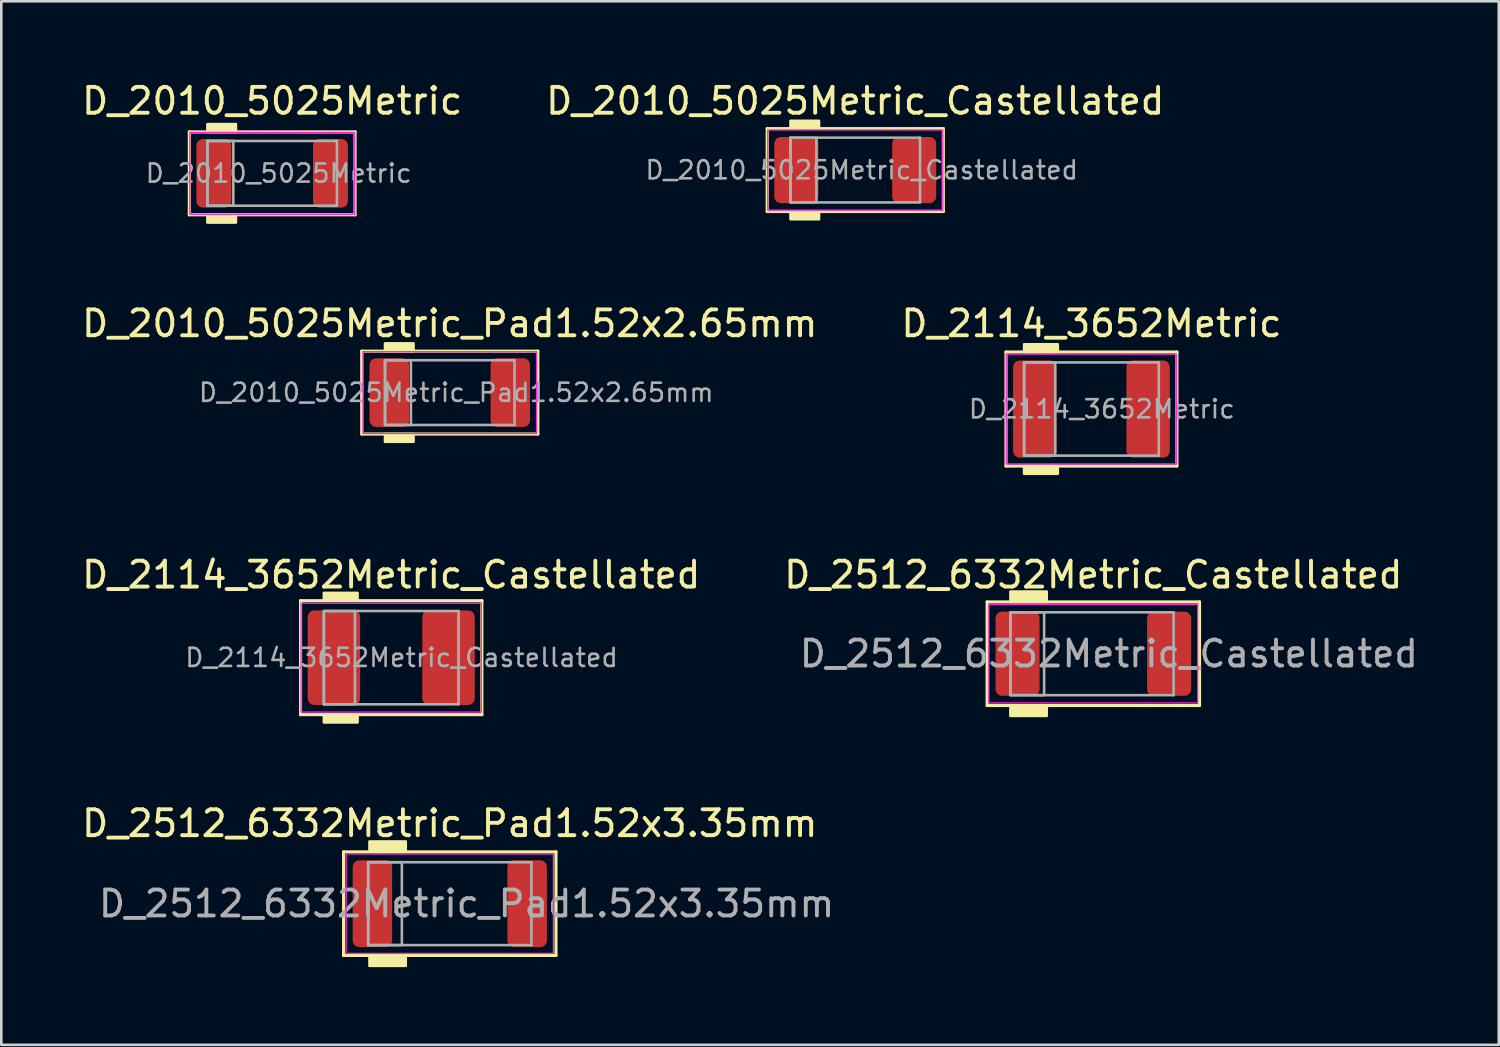
<source format=kicad_pcb>
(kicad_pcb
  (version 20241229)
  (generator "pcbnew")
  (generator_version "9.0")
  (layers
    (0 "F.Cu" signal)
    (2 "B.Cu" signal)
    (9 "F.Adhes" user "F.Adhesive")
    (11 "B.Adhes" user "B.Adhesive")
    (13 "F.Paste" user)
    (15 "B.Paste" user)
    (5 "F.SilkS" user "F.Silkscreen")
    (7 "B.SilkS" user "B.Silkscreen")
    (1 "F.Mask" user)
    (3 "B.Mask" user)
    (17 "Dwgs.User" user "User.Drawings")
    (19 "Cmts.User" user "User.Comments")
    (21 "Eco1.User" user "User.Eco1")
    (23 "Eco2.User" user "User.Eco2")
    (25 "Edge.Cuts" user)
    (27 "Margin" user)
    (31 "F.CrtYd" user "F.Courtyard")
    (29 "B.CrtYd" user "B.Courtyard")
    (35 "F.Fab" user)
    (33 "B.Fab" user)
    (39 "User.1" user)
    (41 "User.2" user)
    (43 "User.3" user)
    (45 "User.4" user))
  (footprint "D_2512_6332Metric_Pad1.52x3.35mm"
    (layer "F.Cu")
    (at 14.315 31.839)
    (property "Reference" "D_2512_6332Metric_Pad1.52x3.35mm" (at 0 -3.1 0) (layer "F.SilkS") (effects (font (size 1 1) (thickness 0.15))))
    (attr smd)
    (fp_line (start -4.1 -2) (end -4.1 2) (stroke (width 0.12) (type solid)) (layer "F.SilkS"))
    (fp_line (start -4.1 2) (end 4.1 2) (stroke (width 0.12) (type solid)) (layer "F.SilkS"))
    (fp_line (start 4.1 -2) (end -4.1 -2) (stroke (width 0.12) (type solid)) (layer "F.SilkS"))
    (fp_line (start 4.1 2) (end 4.1 -2) (stroke (width 0.12) (type solid)) (layer "F.SilkS"))
    (fp_poly (pts (xy -1.7 -2) (xy -3.1 -2) (xy -3.1 -2.4) (xy -1.7 -2.4)) (stroke (width 0.1) (type solid)) (fill yes) (layer "F.SilkS"))
    (fp_poly (pts (xy -1.7 2.4) (xy -3.1 2.4) (xy -3.1 2) (xy -1.7 2)) (stroke (width 0.1) (type solid)) (fill yes) (layer "F.SilkS"))
    (fp_line (start -4 -1.92) (end 4 -1.92) (stroke (width 0.05) (type solid)) (layer "F.CrtYd"))
    (fp_line (start -4 1.92) (end -4 -1.92) (stroke (width 0.05) (type solid)) (layer "F.CrtYd"))
    (fp_line (start 4 -1.92) (end 4 1.92) (stroke (width 0.05) (type solid)) (layer "F.CrtYd"))
    (fp_line (start 4 1.92) (end -4 1.92) (stroke (width 0.05) (type solid)) (layer "F.CrtYd"))
    (fp_line (start -3.15 -1.6) (end -3.15 1.6) (stroke (width 0.1) (type solid)) (layer "F.Fab"))
    (fp_line (start -3.15 1.6) (end 3.15 1.6) (stroke (width 0.1) (type solid)) (layer "F.Fab"))
    (fp_line (start 3.15 -1.6) (end -3.15 -1.6) (stroke (width 0.1) (type solid)) (layer "F.Fab"))
    (fp_line (start 3.15 1.6) (end 3.15 -1.6) (stroke (width 0.1) (type solid)) (layer "F.Fab"))
    (fp_rect (start -3.15 -1.6) (end -1.85 1.6) (stroke (width 0.1) (type solid)) (fill no) (layer "F.Fab"))
    (fp_text user "${REFERENCE}" (at 0.65 0 0) (layer "F.Fab") (effects (font (size 1 1) (thickness 0.15))))
    (pad "1" smd roundrect (at -2.987 0) (size 1.525 3.35) (layers "F.Cu" "F.Mask" "F.Paste") (roundrect_rratio 0.164))
    (pad "2" smd roundrect (at 2.987 0) (size 1.525 3.35) (layers "F.Cu" "F.Mask" "F.Paste") (roundrect_rratio 0.164)))
  (footprint "D_2010_5025Metric_Pad1.52x2.65mm"
    (layer "F.Cu")
    (at 14.315 12.107)
    (property "Reference" "D_2010_5025Metric_Pad1.52x2.65mm" (at 0 -2.667 0) (layer "F.SilkS") (effects (font (size 1 1) (thickness 0.15))))
    (attr smd)
    (fp_line (start -3.4 -1.6) (end -3.4 1.6) (stroke (width 0.12) (type solid)) (layer "F.SilkS"))
    (fp_line (start -3.4 1.6) (end 3.4 1.6) (stroke (width 0.12) (type solid)) (layer "F.SilkS"))
    (fp_line (start 3.4 -1.6) (end -3.4 -1.6) (stroke (width 0.12) (type solid)) (layer "F.SilkS"))
    (fp_line (start 3.4 1.6) (end 3.4 -1.6) (stroke (width 0.12) (type solid)) (layer "F.SilkS"))
    (fp_poly (pts (xy -1.4 -1.6) (xy -2.5 -1.6) (xy -2.5 -1.9) (xy -1.4 -1.9)) (stroke (width 0.1) (type solid)) (fill yes) (layer "F.SilkS"))
    (fp_poly (pts (xy -1.4 1.9) (xy -2.5 1.9) (xy -2.5 1.6) (xy -1.4 1.6)) (stroke (width 0.1) (type solid)) (fill yes) (layer "F.SilkS"))
    (fp_line (start -3.35 -1.58) (end 3.35 -1.58) (stroke (width 0.05) (type solid)) (layer "F.CrtYd"))
    (fp_line (start -3.35 1.58) (end -3.35 -1.58) (stroke (width 0.05) (type solid)) (layer "F.CrtYd"))
    (fp_line (start 3.35 -1.58) (end 3.35 1.58) (stroke (width 0.05) (type solid)) (layer "F.CrtYd"))
    (fp_line (start 3.35 1.58) (end -3.35 1.58) (stroke (width 0.05) (type solid)) (layer "F.CrtYd"))
    (fp_line (start -2.5 -1.25) (end -2.5 1.25) (stroke (width 0.1) (type solid)) (layer "F.Fab"))
    (fp_line (start -2.5 1.25) (end 2.5 1.25) (stroke (width 0.1) (type solid)) (layer "F.Fab"))
    (fp_line (start 2.5 -1.25) (end -2.5 -1.25) (stroke (width 0.1) (type solid)) (layer "F.Fab"))
    (fp_line (start 2.5 1.25) (end 2.5 -1.25) (stroke (width 0.1) (type solid)) (layer "F.Fab"))
    (fp_rect (start -2.5 -1.25) (end -1.5 1.25) (stroke (width 0.1) (type solid)) (fill no) (layer "F.Fab"))
    (fp_text user "${REFERENCE}" (at 0.25 0 0) (layer "F.Fab") (effects (font (size 0.7 0.7) (thickness 0.1))))
    (pad "1" smd roundrect (at -2.337 0) (size 1.525 2.65) (layers "F.Cu" "F.Mask" "F.Paste") (roundrect_rratio 0.164))
    (pad "2" smd roundrect (at 2.337 0) (size 1.525 2.65) (layers "F.Cu" "F.Mask" "F.Paste") (roundrect_rratio 0.164)))
  (footprint "D_2010_5025Metric"
    (layer "F.Cu")
    (at 7.458 3.642)
    (property "Reference" "D_2010_5025Metric" (at 0 -2.794 0) (layer "F.SilkS") (effects (font (size 1 1) (thickness 0.15))))
    (attr smd)
    (fp_line (start -3.2 -1.6) (end -3.2 1.6) (stroke (width 0.12) (type solid)) (layer "F.SilkS"))
    (fp_line (start -3.2 1.6) (end 3.2 1.6) (stroke (width 0.12) (type solid)) (layer "F.SilkS"))
    (fp_line (start 3.2 -1.6) (end -3.2 -1.6) (stroke (width 0.12) (type solid)) (layer "F.SilkS"))
    (fp_line (start 3.2 1.6) (end 3.2 -1.6) (stroke (width 0.12) (type solid)) (layer "F.SilkS"))
    (fp_poly (pts (xy -1.4 -1.6) (xy -2.5 -1.6) (xy -2.5 -1.9) (xy -1.4 -1.9)) (stroke (width 0.1) (type solid)) (fill yes) (layer "F.SilkS"))
    (fp_poly (pts (xy -1.4 1.9) (xy -2.5 1.9) (xy -2.5 1.6) (xy -1.4 1.6)) (stroke (width 0.1) (type solid)) (fill yes) (layer "F.SilkS"))
    (fp_line (start -3.18 -1.58) (end 3.18 -1.58) (stroke (width 0.05) (type solid)) (layer "F.CrtYd"))
    (fp_line (start -3.18 1.58) (end -3.18 -1.58) (stroke (width 0.05) (type solid)) (layer "F.CrtYd"))
    (fp_line (start 3.18 -1.58) (end 3.18 1.58) (stroke (width 0.05) (type solid)) (layer "F.CrtYd"))
    (fp_line (start 3.18 1.58) (end -3.18 1.58) (stroke (width 0.05) (type solid)) (layer "F.CrtYd"))
    (fp_line (start -2.5 -1.25) (end -2.5 1.25) (stroke (width 0.1) (type solid)) (layer "F.Fab"))
    (fp_line (start -2.5 1.25) (end 2.5 1.25) (stroke (width 0.1) (type solid)) (layer "F.Fab"))
    (fp_line (start 2.5 -1.25) (end -2.5 -1.25) (stroke (width 0.1) (type solid)) (layer "F.Fab"))
    (fp_line (start 2.5 1.25) (end 2.5 -1.25) (stroke (width 0.1) (type solid)) (layer "F.Fab"))
    (fp_rect (start -2.5 -1.25) (end -1.5 1.25) (stroke (width 0.1) (type solid)) (fill no) (layer "F.Fab"))
    (fp_text user "${REFERENCE}" (at 0.25 0 0) (layer "F.Fab") (effects (font (size 0.7 0.7) (thickness 0.1))))
    (pad "1" smd roundrect (at -2.25 0) (size 1.35 2.65) (layers "F.Cu" "F.Mask" "F.Paste") (roundrect_rratio 0.185))
    (pad "2" smd roundrect (at 2.25 0) (size 1.35 2.65) (layers "F.Cu" "F.Mask" "F.Paste") (roundrect_rratio 0.185)))
  (footprint "D_2114_3652Metric"
    (layer "F.Cu")
    (at 39.089 12.742)
    (property "Reference" "D_2114_3652Metric" (at 0 -3.302 0) (layer "F.SilkS") (effects (font (size 1 1) (thickness 0.15))))
    (attr smd)
    (fp_line (start -3.3 -2.2) (end -3.3 2.2) (stroke (width 0.12) (type solid)) (layer "F.SilkS"))
    (fp_line (start -3.3 2.2) (end 3.3 2.2) (stroke (width 0.12) (type solid)) (layer "F.SilkS"))
    (fp_line (start 3.3 -2.2) (end -3.3 -2.2) (stroke (width 0.12) (type solid)) (layer "F.SilkS"))
    (fp_line (start 3.3 2.2) (end 3.3 -2.2) (stroke (width 0.12) (type solid)) (layer "F.SilkS"))
    (fp_poly (pts (xy -1.3 -2.2) (xy -2.6 -2.2) (xy -2.6 -2.5) (xy -1.3 -2.5)) (stroke (width 0.1) (type solid)) (fill yes) (layer "F.SilkS"))
    (fp_poly (pts (xy -1.3 2.5) (xy -2.6 2.5) (xy -2.6 2.2) (xy -1.3 2.2)) (stroke (width 0.1) (type solid)) (fill yes) (layer "F.SilkS"))
    (fp_line (start -3.29 -2.12) (end 3.27 -2.12) (stroke (width 0.05) (type solid)) (layer "F.CrtYd"))
    (fp_line (start -3.29 2.12) (end -3.29 -2.12) (stroke (width 0.05) (type solid)) (layer "F.CrtYd"))
    (fp_line (start 3.27 2.12) (end -3.29 2.12) (stroke (width 0.05) (type solid)) (layer "F.CrtYd"))
    (fp_line (start 3.28 -2.12) (end 3.28 2.12) (stroke (width 0.05) (type solid)) (layer "F.CrtYd"))
    (fp_line (start -2.6 -1.8) (end -2.6 1.8) (stroke (width 0.1) (type solid)) (layer "F.Fab"))
    (fp_line (start -2.6 1.8) (end 2.6 1.8) (stroke (width 0.1) (type solid)) (layer "F.Fab"))
    (fp_line (start 2.6 -1.8) (end -2.6 -1.8) (stroke (width 0.1) (type solid)) (layer "F.Fab"))
    (fp_line (start 2.6 1.8) (end 2.6 -1.8) (stroke (width 0.1) (type solid)) (layer "F.Fab"))
    (fp_rect (start -2.6 -1.8) (end -1.4 1.8) (stroke (width 0.1) (type solid)) (fill no) (layer "F.Fab"))
    (fp_text user "${REFERENCE}" (at 0.4 0 0) (layer "F.Fab") (effects (font (size 0.7 0.7) (thickness 0.1))))
    (pad "1" smd roundrect (at -2.188 0) (size 1.675 3.75) (layers "F.Cu" "F.Mask" "F.Paste") (roundrect_rratio 0.149))
    (pad "2" smd roundrect (at 2.188 0) (size 1.675 3.75) (layers "F.Cu" "F.Mask" "F.Paste") (roundrect_rratio 0.149)))
  (footprint "D_2114_3652Metric_Castellated"
    (layer "F.Cu")
    (at 12.054 22.341)
    (property "Reference" "D_2114_3652Metric_Castellated" (at 0 -3.2 0) (layer "F.SilkS") (effects (font (size 1 1) (thickness 0.15))))
    (attr smd)
    (fp_line (start -3.5 -2.2) (end -3.5 2.2) (stroke (width 0.12) (type solid)) (layer "F.SilkS"))
    (fp_line (start -3.5 2.2) (end 3.5 2.2) (stroke (width 0.12) (type solid)) (layer "F.SilkS"))
    (fp_line (start 3.5 -2.2) (end -3.5 -2.2) (stroke (width 0.12) (type solid)) (layer "F.SilkS"))
    (fp_line (start 3.5 2.2) (end 3.5 -2.2) (stroke (width 0.12) (type solid)) (layer "F.SilkS"))
    (fp_poly (pts (xy -1.3 -2.2) (xy -2.6 -2.2) (xy -2.6 -2.5) (xy -1.3 -2.5)) (stroke (width 0.1) (type solid)) (fill yes) (layer "F.SilkS"))
    (fp_poly (pts (xy -1.3 2.5) (xy -2.6 2.5) (xy -2.6 2.2) (xy -1.3 2.2)) (stroke (width 0.1) (type solid)) (fill yes) (layer "F.SilkS"))
    (fp_rect (start -3.48 -2.1) (end 3.48 2.1) (stroke (width 0.05) (type solid)) (fill no) (layer "F.CrtYd"))
    (fp_line (start -2.6 -1.8) (end -2.6 1.8) (stroke (width 0.1) (type solid)) (layer "F.Fab"))
    (fp_line (start -2.6 1.8) (end 2.6 1.8) (stroke (width 0.1) (type solid)) (layer "F.Fab"))
    (fp_line (start 2.6 -1.8) (end -2.6 -1.8) (stroke (width 0.1) (type solid)) (layer "F.Fab"))
    (fp_line (start 2.6 1.8) (end 2.6 -1.8) (stroke (width 0.1) (type solid)) (layer "F.Fab"))
    (fp_rect (start -2.6 -1.8) (end -1.4 1.8) (stroke (width 0.1) (type solid)) (fill no) (layer "F.Fab"))
    (fp_text user "${REFERENCE}" (at 0.4 0 0) (layer "F.Fab") (effects (font (size 0.7 0.7) (thickness 0.1))))
    (pad "1" smd roundrect (at -2.212 0) (size 2.025 3.65) (layers "F.Cu" "F.Mask" "F.Paste") (roundrect_rratio 0.123))
    (pad "2" smd roundrect (at 2.212 0) (size 2.025 3.65) (layers "F.Cu" "F.Mask" "F.Paste") (roundrect_rratio 0.123)))
  (footprint "D_2010_5025Metric_Castellated"
    (layer "F.Cu")
    (at 29.97 3.515)
    (property "Reference" "D_2010_5025Metric_Castellated" (at 0 -2.667 0) (layer "F.SilkS") (effects (font (size 1 1) (thickness 0.15))))
    (attr smd)
    (fp_line (start -3.4 -1.6) (end -3.4 1.6) (stroke (width 0.12) (type solid)) (layer "F.SilkS"))
    (fp_line (start -3.4 1.6) (end 3.4 1.6) (stroke (width 0.12) (type solid)) (layer "F.SilkS"))
    (fp_line (start 3.4 -1.6) (end -3.4 -1.6) (stroke (width 0.12) (type solid)) (layer "F.SilkS"))
    (fp_line (start 3.4 1.6) (end 3.4 -1.6) (stroke (width 0.12) (type solid)) (layer "F.SilkS"))
    (fp_poly (pts (xy -1.4 -1.6) (xy -2.5 -1.6) (xy -2.5 -1.9) (xy -1.4 -1.9)) (stroke (width 0.1) (type solid)) (fill yes) (layer "F.SilkS"))
    (fp_poly (pts (xy -1.4 1.9) (xy -2.5 1.9) (xy -2.5 1.6) (xy -1.4 1.6)) (stroke (width 0.1) (type solid)) (fill yes) (layer "F.SilkS"))
    (fp_rect (start -3.38 -1.55) (end 3.38 1.55) (stroke (width 0.05) (type solid)) (fill no) (layer "F.CrtYd"))
    (fp_line (start -2.5 -1.25) (end -2.5 1.25) (stroke (width 0.1) (type solid)) (layer "F.Fab"))
    (fp_line (start -2.5 1.25) (end 2.5 1.25) (stroke (width 0.1) (type solid)) (layer "F.Fab"))
    (fp_line (start 2.5 -1.25) (end -2.5 -1.25) (stroke (width 0.1) (type solid)) (layer "F.Fab"))
    (fp_line (start 2.5 1.25) (end 2.5 -1.25) (stroke (width 0.1) (type solid)) (layer "F.Fab"))
    (fp_rect (start -2.5 -1.25) (end -1.5 1.25) (stroke (width 0.1) (type solid)) (fill no) (layer "F.Fab"))
    (fp_text user "${REFERENCE}" (at 0.25 0 0) (layer "F.Fab") (effects (font (size 0.7 0.7) (thickness 0.1))))
    (pad "1" smd roundrect (at -2.275 0) (size 1.7 2.55) (layers "F.Cu" "F.Mask" "F.Paste") (roundrect_rratio 0.147))
    (pad "2" smd roundrect (at 2.275 0) (size 1.7 2.55) (layers "F.Cu" "F.Mask" "F.Paste") (roundrect_rratio 0.147)))
  (footprint "D_2512_6332Metric_Castellated"
    (layer "F.Cu")
    (at 39.161 22.189)
    (property "Reference" "D_2512_6332Metric_Castellated" (at 0 -3.048 0) (layer "F.SilkS") (effects (font (size 1 1) (thickness 0.15))))
    (attr smd)
    (fp_line (start -4.1 -2) (end -4.1 2) (stroke (width 0.12) (type solid)) (layer "F.SilkS"))
    (fp_line (start -4.1 2) (end 4.1 2) (stroke (width 0.12) (type solid)) (layer "F.SilkS"))
    (fp_line (start 4.1 -2) (end -4.1 -2) (stroke (width 0.12) (type solid)) (layer "F.SilkS"))
    (fp_line (start 4.1 2) (end 4.1 -2) (stroke (width 0.12) (type solid)) (layer "F.SilkS"))
    (fp_poly (pts (xy -1.8 -2) (xy -3.2 -2) (xy -3.2 -2.4) (xy -1.8 -2.4)) (stroke (width 0.1) (type solid)) (fill yes) (layer "F.SilkS"))
    (fp_poly (pts (xy -1.8 2.4) (xy -3.2 2.4) (xy -3.2 2) (xy -1.8 2)) (stroke (width 0.1) (type solid)) (fill yes) (layer "F.SilkS"))
    (fp_rect (start -4.03 -1.9) (end 4.03 1.9) (stroke (width 0.05) (type solid)) (fill no) (layer "F.CrtYd"))
    (fp_line (start -3.2 -1.6) (end -3.2 1.6) (stroke (width 0.1) (type solid)) (layer "F.Fab"))
    (fp_line (start -3.2 1.6) (end 3.1 1.6) (stroke (width 0.1) (type solid)) (layer "F.Fab"))
    (fp_line (start 3.1 -1.6) (end -3.2 -1.6) (stroke (width 0.1) (type solid)) (layer "F.Fab"))
    (fp_line (start 3.1 1.6) (end 3.1 -1.6) (stroke (width 0.1) (type solid)) (layer "F.Fab"))
    (fp_rect (start -3.2 -1.6) (end -1.9 1.6) (stroke (width 0.1) (type solid)) (fill no) (layer "F.Fab"))
    (fp_text user "${REFERENCE}" (at 0.6 0 0) (layer "F.Fab") (effects (font (size 1 1) (thickness 0.15))))
    (pad "1" smd roundrect (at -2.925 0) (size 1.7 3.25) (layers "F.Cu" "F.Mask" "F.Paste") (roundrect_rratio 0.147))
    (pad "2" smd roundrect (at 2.925 0) (size 1.7 3.25) (layers "F.Cu" "F.Mask" "F.Paste") (roundrect_rratio 0.147)))
  (gr_rect
    (start -3 -3)
    (end 54.814 37.289)
    (stroke (width 0.1) (type default))
    (fill no)
    (layer "Edge.Cuts")))
</source>
